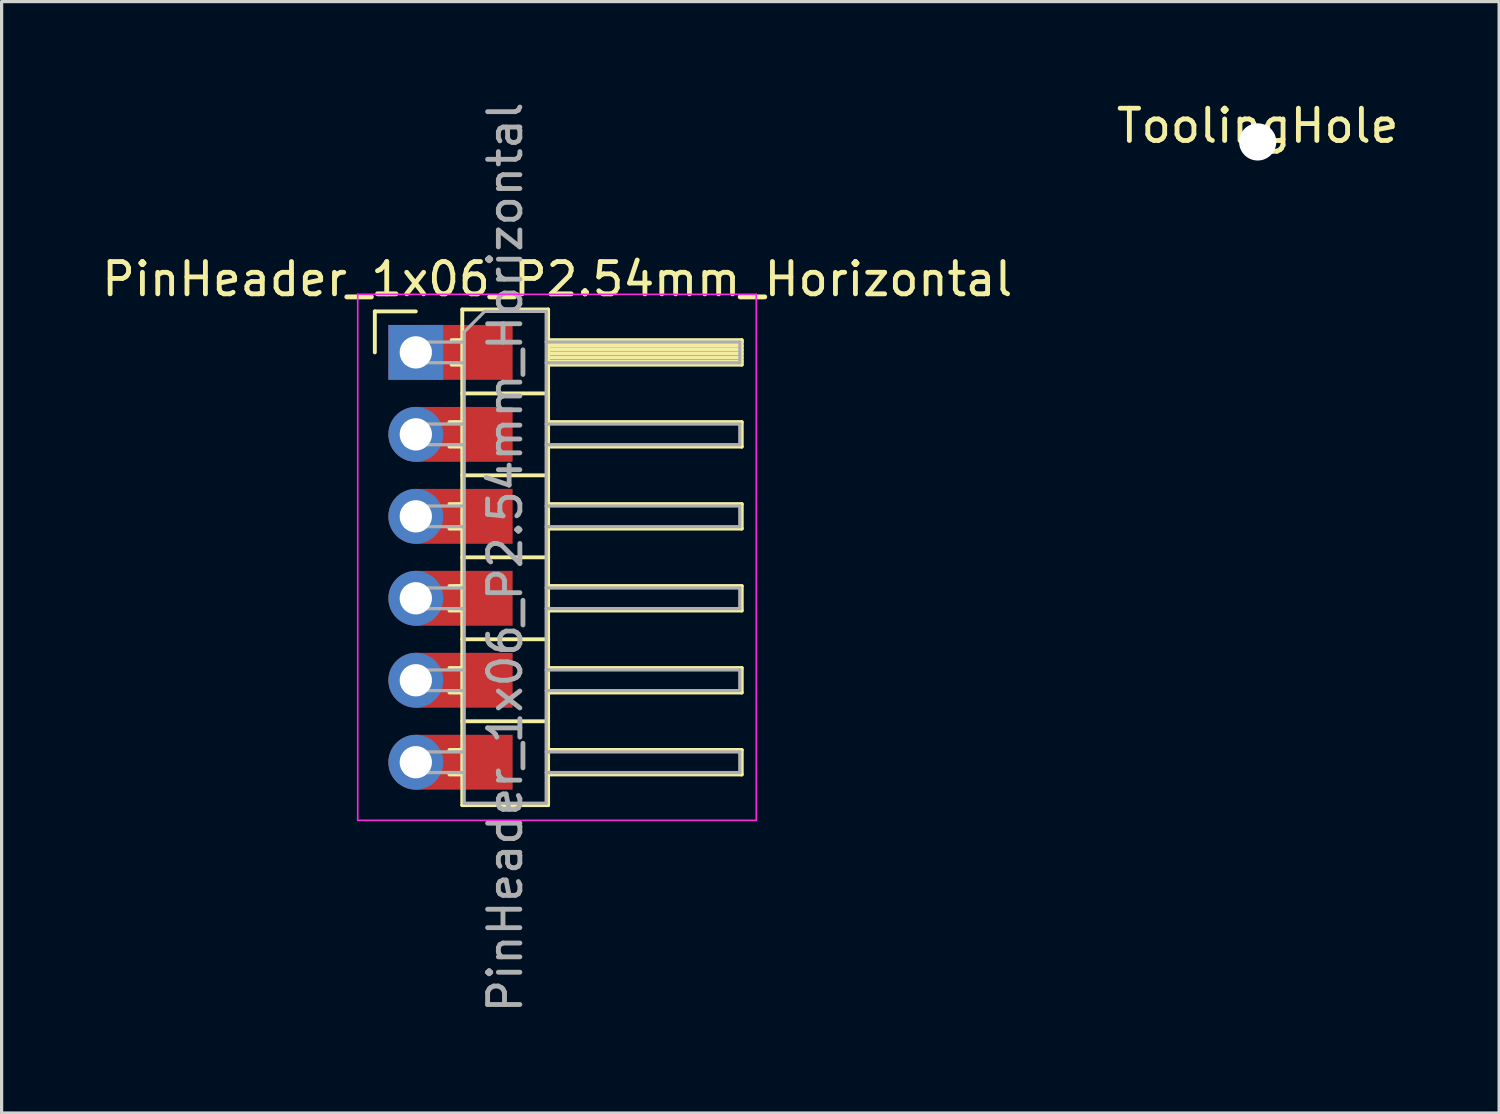
<source format=kicad_pcb>
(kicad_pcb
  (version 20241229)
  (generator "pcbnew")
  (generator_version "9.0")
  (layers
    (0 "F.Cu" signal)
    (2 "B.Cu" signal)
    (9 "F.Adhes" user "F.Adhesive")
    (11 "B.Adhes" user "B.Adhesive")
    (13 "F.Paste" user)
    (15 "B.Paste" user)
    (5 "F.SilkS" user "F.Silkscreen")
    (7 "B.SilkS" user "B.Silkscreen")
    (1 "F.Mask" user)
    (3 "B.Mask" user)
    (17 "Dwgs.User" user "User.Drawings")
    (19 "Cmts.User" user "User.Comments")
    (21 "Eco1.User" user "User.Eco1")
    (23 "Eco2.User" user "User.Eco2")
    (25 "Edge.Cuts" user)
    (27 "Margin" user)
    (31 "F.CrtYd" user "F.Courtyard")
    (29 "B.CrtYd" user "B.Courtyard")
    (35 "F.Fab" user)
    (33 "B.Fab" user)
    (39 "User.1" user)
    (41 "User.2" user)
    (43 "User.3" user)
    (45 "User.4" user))
  (footprint "PinHeader_1x06_P2.54mm_Horizontal"
    (layer "F.Cu")
    (at 9.835 7.87)
    (property "Reference" "PinHeader_1x06_P2.54mm_Horizontal" (at 4.385 -2.27 0) (layer "F.SilkS") (effects (font (size 1 1) (thickness 0.15))))
    (attr through_hole)
    (fp_line (start -1.27 -1.27) (end 0 -1.27) (stroke (width 0.12) (type solid)) (layer "F.SilkS"))
    (fp_line (start -1.27 0) (end -1.27 -1.27) (stroke (width 0.12) (type solid)) (layer "F.SilkS"))
    (fp_line (start 1.043 2.16) (end 1.44 2.16) (stroke (width 0.12) (type solid)) (layer "F.SilkS"))
    (fp_line (start 1.043 2.92) (end 1.44 2.92) (stroke (width 0.12) (type solid)) (layer "F.SilkS"))
    (fp_line (start 1.043 4.7) (end 1.44 4.7) (stroke (width 0.12) (type solid)) (layer "F.SilkS"))
    (fp_line (start 1.043 5.46) (end 1.44 5.46) (stroke (width 0.12) (type solid)) (layer "F.SilkS"))
    (fp_line (start 1.043 7.24) (end 1.44 7.24) (stroke (width 0.12) (type solid)) (layer "F.SilkS"))
    (fp_line (start 1.043 8) (end 1.44 8) (stroke (width 0.12) (type solid)) (layer "F.SilkS"))
    (fp_line (start 1.043 9.78) (end 1.44 9.78) (stroke (width 0.12) (type solid)) (layer "F.SilkS"))
    (fp_line (start 1.043 10.54) (end 1.44 10.54) (stroke (width 0.12) (type solid)) (layer "F.SilkS"))
    (fp_line (start 1.043 12.32) (end 1.44 12.32) (stroke (width 0.12) (type solid)) (layer "F.SilkS"))
    (fp_line (start 1.043 13.08) (end 1.44 13.08) (stroke (width 0.12) (type solid)) (layer "F.SilkS"))
    (fp_line (start 1.11 -0.38) (end 1.44 -0.38) (stroke (width 0.12) (type solid)) (layer "F.SilkS"))
    (fp_line (start 1.11 0.38) (end 1.44 0.38) (stroke (width 0.12) (type solid)) (layer "F.SilkS"))
    (fp_line (start 1.44 -1.33) (end 1.44 14.03) (stroke (width 0.12) (type solid)) (layer "F.SilkS"))
    (fp_line (start 1.44 1.27) (end 4.1 1.27) (stroke (width 0.12) (type solid)) (layer "F.SilkS"))
    (fp_line (start 1.44 3.81) (end 4.1 3.81) (stroke (width 0.12) (type solid)) (layer "F.SilkS"))
    (fp_line (start 1.44 6.35) (end 4.1 6.35) (stroke (width 0.12) (type solid)) (layer "F.SilkS"))
    (fp_line (start 1.44 8.89) (end 4.1 8.89) (stroke (width 0.12) (type solid)) (layer "F.SilkS"))
    (fp_line (start 1.44 11.43) (end 4.1 11.43) (stroke (width 0.12) (type solid)) (layer "F.SilkS"))
    (fp_line (start 1.44 14.03) (end 4.1 14.03) (stroke (width 0.12) (type solid)) (layer "F.SilkS"))
    (fp_line (start 4.1 -1.33) (end 1.44 -1.33) (stroke (width 0.12) (type solid)) (layer "F.SilkS"))
    (fp_line (start 4.1 -0.38) (end 10.1 -0.38) (stroke (width 0.12) (type solid)) (layer "F.SilkS"))
    (fp_line (start 4.1 -0.32) (end 10.1 -0.32) (stroke (width 0.12) (type solid)) (layer "F.SilkS"))
    (fp_line (start 4.1 -0.2) (end 10.1 -0.2) (stroke (width 0.12) (type solid)) (layer "F.SilkS"))
    (fp_line (start 4.1 -0.08) (end 10.1 -0.08) (stroke (width 0.12) (type solid)) (layer "F.SilkS"))
    (fp_line (start 4.1 0.04) (end 10.1 0.04) (stroke (width 0.12) (type solid)) (layer "F.SilkS"))
    (fp_line (start 4.1 0.16) (end 10.1 0.16) (stroke (width 0.12) (type solid)) (layer "F.SilkS"))
    (fp_line (start 4.1 0.28) (end 10.1 0.28) (stroke (width 0.12) (type solid)) (layer "F.SilkS"))
    (fp_line (start 4.1 2.16) (end 10.1 2.16) (stroke (width 0.12) (type solid)) (layer "F.SilkS"))
    (fp_line (start 4.1 4.7) (end 10.1 4.7) (stroke (width 0.12) (type solid)) (layer "F.SilkS"))
    (fp_line (start 4.1 7.24) (end 10.1 7.24) (stroke (width 0.12) (type solid)) (layer "F.SilkS"))
    (fp_line (start 4.1 9.78) (end 10.1 9.78) (stroke (width 0.12) (type solid)) (layer "F.SilkS"))
    (fp_line (start 4.1 12.32) (end 10.1 12.32) (stroke (width 0.12) (type solid)) (layer "F.SilkS"))
    (fp_line (start 4.1 14.03) (end 4.1 -1.33) (stroke (width 0.12) (type solid)) (layer "F.SilkS"))
    (fp_line (start 10.1 -0.38) (end 10.1 0.38) (stroke (width 0.12) (type solid)) (layer "F.SilkS"))
    (fp_line (start 10.1 0.38) (end 4.1 0.38) (stroke (width 0.12) (type solid)) (layer "F.SilkS"))
    (fp_line (start 10.1 2.16) (end 10.1 2.92) (stroke (width 0.12) (type solid)) (layer "F.SilkS"))
    (fp_line (start 10.1 2.92) (end 4.1 2.92) (stroke (width 0.12) (type solid)) (layer "F.SilkS"))
    (fp_line (start 10.1 4.7) (end 10.1 5.46) (stroke (width 0.12) (type solid)) (layer "F.SilkS"))
    (fp_line (start 10.1 5.46) (end 4.1 5.46) (stroke (width 0.12) (type solid)) (layer "F.SilkS"))
    (fp_line (start 10.1 7.24) (end 10.1 8) (stroke (width 0.12) (type solid)) (layer "F.SilkS"))
    (fp_line (start 10.1 8) (end 4.1 8) (stroke (width 0.12) (type solid)) (layer "F.SilkS"))
    (fp_line (start 10.1 9.78) (end 10.1 10.54) (stroke (width 0.12) (type solid)) (layer "F.SilkS"))
    (fp_line (start 10.1 10.54) (end 4.1 10.54) (stroke (width 0.12) (type solid)) (layer "F.SilkS"))
    (fp_line (start 10.1 12.32) (end 10.1 13.08) (stroke (width 0.12) (type solid)) (layer "F.SilkS"))
    (fp_line (start 10.1 13.08) (end 4.1 13.08) (stroke (width 0.12) (type solid)) (layer "F.SilkS"))
    (fp_line (start -1.8 -1.8) (end -1.8 14.5) (stroke (width 0.05) (type solid)) (layer "F.CrtYd"))
    (fp_line (start -1.8 14.5) (end 10.55 14.5) (stroke (width 0.05) (type solid)) (layer "F.CrtYd"))
    (fp_line (start 10.55 -1.8) (end -1.8 -1.8) (stroke (width 0.05) (type solid)) (layer "F.CrtYd"))
    (fp_line (start 10.55 14.5) (end 10.55 -1.8) (stroke (width 0.05) (type solid)) (layer "F.CrtYd"))
    (fp_line (start -0.32 -0.32) (end -0.32 0.32) (stroke (width 0.1) (type solid)) (layer "F.Fab"))
    (fp_line (start -0.32 -0.32) (end 1.5 -0.32) (stroke (width 0.1) (type solid)) (layer "F.Fab"))
    (fp_line (start -0.32 0.32) (end 1.5 0.32) (stroke (width 0.1) (type solid)) (layer "F.Fab"))
    (fp_line (start -0.32 2.22) (end -0.32 2.86) (stroke (width 0.1) (type solid)) (layer "F.Fab"))
    (fp_line (start -0.32 2.22) (end 1.5 2.22) (stroke (width 0.1) (type solid)) (layer "F.Fab"))
    (fp_line (start -0.32 2.86) (end 1.5 2.86) (stroke (width 0.1) (type solid)) (layer "F.Fab"))
    (fp_line (start -0.32 4.76) (end -0.32 5.4) (stroke (width 0.1) (type solid)) (layer "F.Fab"))
    (fp_line (start -0.32 4.76) (end 1.5 4.76) (stroke (width 0.1) (type solid)) (layer "F.Fab"))
    (fp_line (start -0.32 5.4) (end 1.5 5.4) (stroke (width 0.1) (type solid)) (layer "F.Fab"))
    (fp_line (start -0.32 7.3) (end -0.32 7.94) (stroke (width 0.1) (type solid)) (layer "F.Fab"))
    (fp_line (start -0.32 7.3) (end 1.5 7.3) (stroke (width 0.1) (type solid)) (layer "F.Fab"))
    (fp_line (start -0.32 7.94) (end 1.5 7.94) (stroke (width 0.1) (type solid)) (layer "F.Fab"))
    (fp_line (start -0.32 9.84) (end -0.32 10.48) (stroke (width 0.1) (type solid)) (layer "F.Fab"))
    (fp_line (start -0.32 9.84) (end 1.5 9.84) (stroke (width 0.1) (type solid)) (layer "F.Fab"))
    (fp_line (start -0.32 10.48) (end 1.5 10.48) (stroke (width 0.1) (type solid)) (layer "F.Fab"))
    (fp_line (start -0.32 12.38) (end -0.32 13.02) (stroke (width 0.1) (type solid)) (layer "F.Fab"))
    (fp_line (start -0.32 12.38) (end 1.5 12.38) (stroke (width 0.1) (type solid)) (layer "F.Fab"))
    (fp_line (start -0.32 13.02) (end 1.5 13.02) (stroke (width 0.1) (type solid)) (layer "F.Fab"))
    (fp_line (start 1.5 -0.635) (end 2.135 -1.27) (stroke (width 0.1) (type solid)) (layer "F.Fab"))
    (fp_line (start 1.5 13.97) (end 1.5 -0.635) (stroke (width 0.1) (type solid)) (layer "F.Fab"))
    (fp_line (start 2.135 -1.27) (end 4.04 -1.27) (stroke (width 0.1) (type solid)) (layer "F.Fab"))
    (fp_line (start 4.04 -1.27) (end 4.04 13.97) (stroke (width 0.1) (type solid)) (layer "F.Fab"))
    (fp_line (start 4.04 -0.32) (end 10.04 -0.32) (stroke (width 0.1) (type solid)) (layer "F.Fab"))
    (fp_line (start 4.04 0.32) (end 10.04 0.32) (stroke (width 0.1) (type solid)) (layer "F.Fab"))
    (fp_line (start 4.04 2.22) (end 10.04 2.22) (stroke (width 0.1) (type solid)) (layer "F.Fab"))
    (fp_line (start 4.04 2.86) (end 10.04 2.86) (stroke (width 0.1) (type solid)) (layer "F.Fab"))
    (fp_line (start 4.04 4.76) (end 10.04 4.76) (stroke (width 0.1) (type solid)) (layer "F.Fab"))
    (fp_line (start 4.04 5.4) (end 10.04 5.4) (stroke (width 0.1) (type solid)) (layer "F.Fab"))
    (fp_line (start 4.04 7.3) (end 10.04 7.3) (stroke (width 0.1) (type solid)) (layer "F.Fab"))
    (fp_line (start 4.04 7.94) (end 10.04 7.94) (stroke (width 0.1) (type solid)) (layer "F.Fab"))
    (fp_line (start 4.04 9.84) (end 10.04 9.84) (stroke (width 0.1) (type solid)) (layer "F.Fab"))
    (fp_line (start 4.04 10.48) (end 10.04 10.48) (stroke (width 0.1) (type solid)) (layer "F.Fab"))
    (fp_line (start 4.04 12.38) (end 10.04 12.38) (stroke (width 0.1) (type solid)) (layer "F.Fab"))
    (fp_line (start 4.04 13.02) (end 10.04 13.02) (stroke (width 0.1) (type solid)) (layer "F.Fab"))
    (fp_line (start 4.04 13.97) (end 1.5 13.97) (stroke (width 0.1) (type solid)) (layer "F.Fab"))
    (fp_line (start 10.04 -0.32) (end 10.04 0.32) (stroke (width 0.1) (type solid)) (layer "F.Fab"))
    (fp_line (start 10.04 2.22) (end 10.04 2.86) (stroke (width 0.1) (type solid)) (layer "F.Fab"))
    (fp_line (start 10.04 4.76) (end 10.04 5.4) (stroke (width 0.1) (type solid)) (layer "F.Fab"))
    (fp_line (start 10.04 7.3) (end 10.04 7.94) (stroke (width 0.1) (type solid)) (layer "F.Fab"))
    (fp_line (start 10.04 9.84) (end 10.04 10.48) (stroke (width 0.1) (type solid)) (layer "F.Fab"))
    (fp_line (start 10.04 12.38) (end 10.04 13.02) (stroke (width 0.1) (type solid)) (layer "F.Fab"))
    (fp_text user "${REFERENCE}" (at 2.77 6.35 90) (layer "F.Fab") (effects (font (size 1 1) (thickness 0.15))))
    (pad "1" thru_hole rect (at 0 0) (size 1.7 1.7) (drill 1) (layers "*.Cu" "*.Mask"))
    (pad "1" smd rect (at 1.5 0) (size 3 1.7) (layers "F.Cu" "F.Mask"))
    (pad "2" thru_hole oval (at 0 2.54) (size 1.7 1.7) (drill 1) (layers "*.Cu" "*.Mask"))
    (pad "2" smd rect (at 1.5 2.54) (size 3 1.7) (layers "F.Cu" "F.Mask"))
    (pad "3" thru_hole oval (at 0 5.08) (size 1.7 1.7) (drill 1) (layers "*.Cu" "*.Mask"))
    (pad "3" smd rect (at 1.5 5.08) (size 3 1.7) (layers "F.Cu" "F.Mask"))
    (pad "4" thru_hole oval (at 0 7.62) (size 1.7 1.7) (drill 1) (layers "*.Cu" "*.Mask"))
    (pad "4" smd rect (at 1.5 7.62) (size 3 1.7) (layers "F.Cu" "F.Mask"))
    (pad "5" thru_hole oval (at 0 10.16) (size 1.7 1.7) (drill 1) (layers "*.Cu" "*.Mask"))
    (pad "5" smd rect (at 1.5 10.16) (size 3 1.7) (layers "F.Cu" "F.Mask"))
    (pad "6" thru_hole oval (at 0 12.7) (size 1.7 1.7) (drill 1) (layers "*.Cu" "*.Mask"))
    (pad "6" smd rect (at 1.5 12.7) (size 3 1.7) (layers "F.Cu" "F.Mask")))
  (footprint "ToolingHole"
    (layer "F.Cu")
    (at 35.923 1.348)
    (property "Reference" "ToolingHole" (at 0 -0.5 0) (unlocked yes) (layer "F.SilkS") (effects (font (size 1 1) (thickness 0.15))))
    (attr through_hole)
    (pad "" np_thru_hole circle (at 0 0) (size 1.152 1.152) (drill 1.152) (layers "*.Cu" "*.Mask")))
  (gr_rect
    (start -3 -3)
    (end 43.405 31.44)
    (stroke (width 0.1) (type default))
    (fill no)
    (layer "Edge.Cuts")))
</source>
